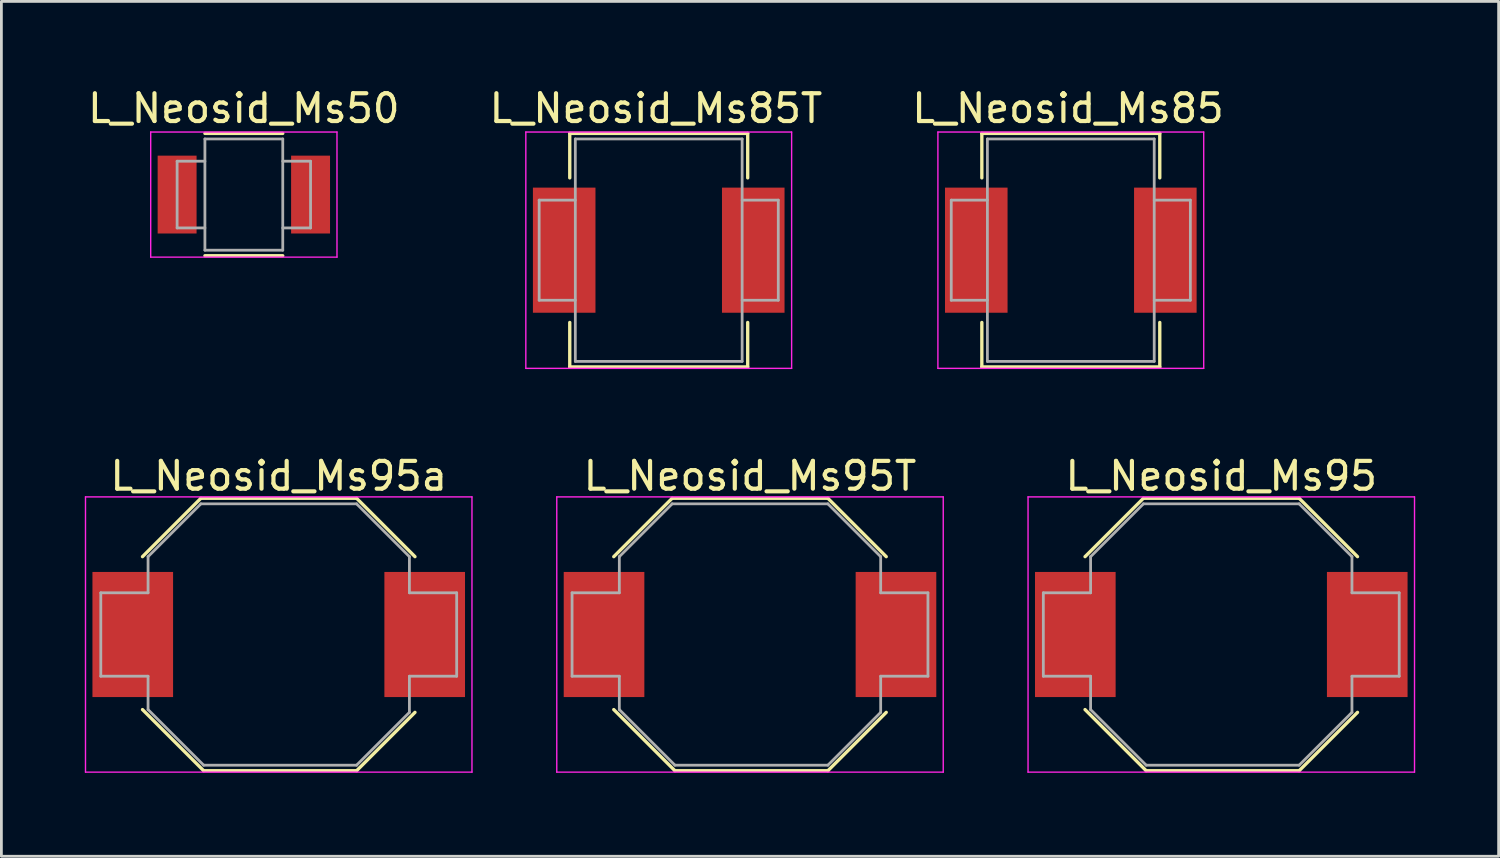
<source format=kicad_pcb>
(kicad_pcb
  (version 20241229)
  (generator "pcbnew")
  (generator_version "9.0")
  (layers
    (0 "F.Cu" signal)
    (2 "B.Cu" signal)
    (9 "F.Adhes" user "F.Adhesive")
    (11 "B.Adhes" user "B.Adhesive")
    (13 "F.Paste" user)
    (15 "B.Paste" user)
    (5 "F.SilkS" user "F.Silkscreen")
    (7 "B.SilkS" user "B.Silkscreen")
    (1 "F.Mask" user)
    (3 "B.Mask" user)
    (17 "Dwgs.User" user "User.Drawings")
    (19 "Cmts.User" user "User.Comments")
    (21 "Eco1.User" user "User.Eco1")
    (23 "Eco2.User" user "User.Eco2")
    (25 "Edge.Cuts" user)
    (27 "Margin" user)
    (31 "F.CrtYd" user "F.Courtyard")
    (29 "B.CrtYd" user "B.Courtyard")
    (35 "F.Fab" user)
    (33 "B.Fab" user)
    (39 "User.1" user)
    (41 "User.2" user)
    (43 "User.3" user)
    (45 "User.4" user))
  (footprint "L_Neosid_Ms50"
    (layer "F.Cu")
    (at 5.72 3.948)
    (property "Reference" "L_Neosid_Ms50" (at 0 -3.1 0) (layer "F.SilkS") (effects (font (size 1 1) (thickness 0.15))))
    (attr smd)
    (fp_line (start -1.4 2.2) (end 1.4 2.2) (stroke (width 0.12) (type solid)) (layer "F.SilkS"))
    (fp_line (start 1.4 -2.2) (end -1.4 -2.2) (stroke (width 0.12) (type solid)) (layer "F.SilkS"))
    (fp_line (start -3.35 -2.25) (end -3.35 2.25) (stroke (width 0.05) (type solid)) (layer "F.CrtYd"))
    (fp_line (start -3.35 -2.25) (end 3.35 -2.25) (stroke (width 0.05) (type solid)) (layer "F.CrtYd"))
    (fp_line (start 3.35 2.25) (end -3.35 2.25) (stroke (width 0.05) (type solid)) (layer "F.CrtYd"))
    (fp_line (start 3.35 2.25) (end 3.35 -2.25) (stroke (width 0.05) (type solid)) (layer "F.CrtYd"))
    (fp_line (start -2.4 -1.2) (end -2.4 1.2) (stroke (width 0.1) (type solid)) (layer "F.Fab"))
    (fp_line (start -2.4 -1.2) (end -1.4 -1.2) (stroke (width 0.1) (type solid)) (layer "F.Fab"))
    (fp_line (start -2.4 1.2) (end -1.4 1.2) (stroke (width 0.1) (type solid)) (layer "F.Fab"))
    (fp_line (start -1.4 -2) (end -1.4 2) (stroke (width 0.1) (type solid)) (layer "F.Fab"))
    (fp_line (start -1.4 2) (end 1.4 2) (stroke (width 0.1) (type solid)) (layer "F.Fab"))
    (fp_line (start 1.4 -2) (end -1.4 -2) (stroke (width 0.1) (type solid)) (layer "F.Fab"))
    (fp_line (start 1.4 1.2) (end 2.4 1.2) (stroke (width 0.1) (type solid)) (layer "F.Fab"))
    (fp_line (start 1.4 2) (end 1.4 -2) (stroke (width 0.1) (type solid)) (layer "F.Fab"))
    (fp_line (start 2.4 -1.2) (end 1.4 -1.2) (stroke (width 0.1) (type solid)) (layer "F.Fab"))
    (fp_line (start 2.4 1.2) (end 2.4 -1.2) (stroke (width 0.1) (type solid)) (layer "F.Fab"))
    (pad "1" smd rect (at -2.4 0) (size 1.4 2.8) (layers "F.Cu" "F.Mask" "F.Paste"))
    (pad "2" smd rect (at 2.4 0) (size 1.4 2.8) (layers "F.Cu" "F.Mask" "F.Paste")))
  (footprint "L_Neosid_Ms85T"
    (layer "F.Cu")
    (at 20.642 5.948)
    (property "Reference" "L_Neosid_Ms85T" (at -0.1 -5.1 0) (layer "F.SilkS") (effects (font (size 1 1) (thickness 0.15))))
    (attr smd)
    (fp_line (start -3.2 -4.2) (end -3.2 -2.6) (stroke (width 0.12) (type solid)) (layer "F.SilkS"))
    (fp_line (start -3.2 2.6) (end -3.2 4.2) (stroke (width 0.12) (type solid)) (layer "F.SilkS"))
    (fp_line (start -3.2 4.2) (end 3.2 4.2) (stroke (width 0.12) (type solid)) (layer "F.SilkS"))
    (fp_line (start 3.2 -4.2) (end -3.2 -4.2) (stroke (width 0.12) (type solid)) (layer "F.SilkS"))
    (fp_line (start 3.2 -2.6) (end 3.2 -4.2) (stroke (width 0.12) (type solid)) (layer "F.SilkS"))
    (fp_line (start 3.2 4.2) (end 3.2 2.6) (stroke (width 0.12) (type solid)) (layer "F.SilkS"))
    (fp_line (start -4.78 -4.25) (end -4.78 4.25) (stroke (width 0.05) (type solid)) (layer "F.CrtYd"))
    (fp_line (start -4.78 -4.25) (end 4.78 -4.25) (stroke (width 0.05) (type solid)) (layer "F.CrtYd"))
    (fp_line (start 4.78 4.25) (end -4.78 4.25) (stroke (width 0.05) (type solid)) (layer "F.CrtYd"))
    (fp_line (start 4.78 4.25) (end 4.78 -4.25) (stroke (width 0.05) (type solid)) (layer "F.CrtYd"))
    (fp_line (start -4.3 -1.8) (end -4.3 1.8) (stroke (width 0.1) (type solid)) (layer "F.Fab"))
    (fp_line (start -4.3 -1.8) (end -3 -1.8) (stroke (width 0.1) (type solid)) (layer "F.Fab"))
    (fp_line (start -4.3 1.8) (end -3 1.8) (stroke (width 0.1) (type solid)) (layer "F.Fab"))
    (fp_line (start -3 -4) (end 3 -4) (stroke (width 0.1) (type solid)) (layer "F.Fab"))
    (fp_line (start -3 4) (end -3 -4) (stroke (width 0.1) (type solid)) (layer "F.Fab"))
    (fp_line (start 3 -4) (end 3 4) (stroke (width 0.1) (type solid)) (layer "F.Fab"))
    (fp_line (start 3 1.8) (end 4.3 1.8) (stroke (width 0.1) (type solid)) (layer "F.Fab"))
    (fp_line (start 3 4) (end -3 4) (stroke (width 0.1) (type solid)) (layer "F.Fab"))
    (fp_line (start 4.3 -1.8) (end 3 -1.8) (stroke (width 0.1) (type solid)) (layer "F.Fab"))
    (fp_line (start 4.3 1.8) (end 4.3 -1.8) (stroke (width 0.1) (type solid)) (layer "F.Fab"))
    (pad "1" smd rect (at -3.4 0) (size 2.25 4.5) (layers "F.Cu" "F.Mask" "F.Paste"))
    (pad "2" smd rect (at 3.4 0) (size 2.25 4.5) (layers "F.Cu" "F.Mask" "F.Paste")))
  (footprint "L_Neosid_Ms95a"
    (layer "F.Cu")
    (at 6.975 19.771)
    (property "Reference" "L_Neosid_Ms95a" (at 0 -5.7 0) (layer "F.SilkS") (effects (font (size 1 1) (thickness 0.15))))
    (attr smd)
    (fp_line (start -4.9 -2.8) (end -2.8 -4.9) (stroke (width 0.12) (type solid)) (layer "F.SilkS"))
    (fp_line (start -2.8 -4.9) (end 2.8 -4.9) (stroke (width 0.12) (type solid)) (layer "F.SilkS"))
    (fp_line (start -2.7 4.9) (end -4.9 2.7) (stroke (width 0.12) (type solid)) (layer "F.SilkS"))
    (fp_line (start -2.7 4.9) (end 2.8 4.9) (stroke (width 0.12) (type solid)) (layer "F.SilkS"))
    (fp_line (start 2.8 -4.9) (end 4.9 -2.8) (stroke (width 0.12) (type solid)) (layer "F.SilkS"))
    (fp_line (start 2.8 4.9) (end 4.9 2.8) (stroke (width 0.12) (type solid)) (layer "F.SilkS"))
    (fp_line (start -6.95 -4.95) (end -6.95 4.95) (stroke (width 0.05) (type solid)) (layer "F.CrtYd"))
    (fp_line (start -6.95 -4.95) (end 6.95 -4.95) (stroke (width 0.05) (type solid)) (layer "F.CrtYd"))
    (fp_line (start 6.95 4.95) (end -6.95 4.95) (stroke (width 0.05) (type solid)) (layer "F.CrtYd"))
    (fp_line (start 6.95 4.95) (end 6.95 -4.95) (stroke (width 0.05) (type solid)) (layer "F.CrtYd"))
    (fp_line (start -6.4 -1.5) (end -6.4 1.5) (stroke (width 0.1) (type solid)) (layer "F.Fab"))
    (fp_line (start -6.4 -1.5) (end -4.7 -1.5) (stroke (width 0.1) (type solid)) (layer "F.Fab"))
    (fp_line (start -6.4 1.5) (end -4.7 1.5) (stroke (width 0.1) (type solid)) (layer "F.Fab"))
    (fp_line (start -4.7 -1.5) (end -4.7 -2.8) (stroke (width 0.1) (type solid)) (layer "F.Fab"))
    (fp_line (start -4.7 1.5) (end -4.7 2.7) (stroke (width 0.1) (type solid)) (layer "F.Fab"))
    (fp_line (start -4.7 2.7) (end -2.7 4.7) (stroke (width 0.1) (type solid)) (layer "F.Fab"))
    (fp_line (start -2.8 -4.7) (end -4.7 -2.8) (stroke (width 0.1) (type solid)) (layer "F.Fab"))
    (fp_line (start 2.8 -4.7) (end -2.8 -4.7) (stroke (width 0.1) (type solid)) (layer "F.Fab"))
    (fp_line (start 2.8 4.7) (end -2.7 4.7) (stroke (width 0.1) (type solid)) (layer "F.Fab"))
    (fp_line (start 4.7 -2.8) (end 2.8 -4.7) (stroke (width 0.1) (type solid)) (layer "F.Fab"))
    (fp_line (start 4.7 -1.5) (end 4.7 -2.8) (stroke (width 0.1) (type solid)) (layer "F.Fab"))
    (fp_line (start 4.7 1.5) (end 6.4 1.5) (stroke (width 0.1) (type solid)) (layer "F.Fab"))
    (fp_line (start 4.7 2.8) (end 2.8 4.7) (stroke (width 0.1) (type solid)) (layer "F.Fab"))
    (fp_line (start 4.7 2.8) (end 4.7 1.5) (stroke (width 0.1) (type solid)) (layer "F.Fab"))
    (fp_line (start 6.4 -1.5) (end 4.7 -1.5) (stroke (width 0.1) (type solid)) (layer "F.Fab"))
    (fp_line (start 6.4 1.5) (end 6.4 -1.5) (stroke (width 0.1) (type solid)) (layer "F.Fab"))
    (pad "1" smd rect (at -5.25 0) (size 2.9 4.5) (layers "F.Cu" "F.Mask" "F.Paste"))
    (pad "2" smd rect (at 5.25 0) (size 2.9 4.5) (layers "F.Cu" "F.Mask" "F.Paste")))
  (footprint "L_Neosid_Ms85"
    (layer "F.Cu")
    (at 35.463 5.948)
    (property "Reference" "L_Neosid_Ms85" (at -0.1 -5.1 0) (layer "F.SilkS") (effects (font (size 1 1) (thickness 0.15))))
    (attr smd)
    (fp_line (start -3.2 -4.2) (end -3.2 -2.6) (stroke (width 0.12) (type solid)) (layer "F.SilkS"))
    (fp_line (start -3.2 2.6) (end -3.2 4.2) (stroke (width 0.12) (type solid)) (layer "F.SilkS"))
    (fp_line (start -3.2 4.2) (end 3.2 4.2) (stroke (width 0.12) (type solid)) (layer "F.SilkS"))
    (fp_line (start 3.2 -4.2) (end -3.2 -4.2) (stroke (width 0.12) (type solid)) (layer "F.SilkS"))
    (fp_line (start 3.2 -2.6) (end 3.2 -4.2) (stroke (width 0.12) (type solid)) (layer "F.SilkS"))
    (fp_line (start 3.2 4.2) (end 3.2 2.6) (stroke (width 0.12) (type solid)) (layer "F.SilkS"))
    (fp_line (start -4.78 -4.25) (end -4.78 4.25) (stroke (width 0.05) (type solid)) (layer "F.CrtYd"))
    (fp_line (start -4.78 -4.25) (end 4.78 -4.25) (stroke (width 0.05) (type solid)) (layer "F.CrtYd"))
    (fp_line (start 4.78 4.25) (end -4.78 4.25) (stroke (width 0.05) (type solid)) (layer "F.CrtYd"))
    (fp_line (start 4.78 4.25) (end 4.78 -4.25) (stroke (width 0.05) (type solid)) (layer "F.CrtYd"))
    (fp_line (start -4.3 -1.8) (end -4.3 1.8) (stroke (width 0.1) (type solid)) (layer "F.Fab"))
    (fp_line (start -4.3 -1.8) (end -3 -1.8) (stroke (width 0.1) (type solid)) (layer "F.Fab"))
    (fp_line (start -4.3 1.8) (end -3 1.8) (stroke (width 0.1) (type solid)) (layer "F.Fab"))
    (fp_line (start -3 -4) (end 3 -4) (stroke (width 0.1) (type solid)) (layer "F.Fab"))
    (fp_line (start -3 4) (end -3 -4) (stroke (width 0.1) (type solid)) (layer "F.Fab"))
    (fp_line (start 3 -4) (end 3 4) (stroke (width 0.1) (type solid)) (layer "F.Fab"))
    (fp_line (start 3 1.8) (end 4.3 1.8) (stroke (width 0.1) (type solid)) (layer "F.Fab"))
    (fp_line (start 3 4) (end -3 4) (stroke (width 0.1) (type solid)) (layer "F.Fab"))
    (fp_line (start 4.3 -1.8) (end 3 -1.8) (stroke (width 0.1) (type solid)) (layer "F.Fab"))
    (fp_line (start 4.3 1.8) (end 4.3 -1.8) (stroke (width 0.1) (type solid)) (layer "F.Fab"))
    (pad "1" smd rect (at -3.4 0) (size 2.25 4.5) (layers "F.Cu" "F.Mask" "F.Paste"))
    (pad "2" smd rect (at 3.4 0) (size 2.25 4.5) (layers "F.Cu" "F.Mask" "F.Paste")))
  (footprint "L_Neosid_Ms95"
    (layer "F.Cu")
    (at 40.875 19.771)
    (property "Reference" "L_Neosid_Ms95" (at 0 -5.7 0) (layer "F.SilkS") (effects (font (size 1 1) (thickness 0.15))))
    (attr smd)
    (fp_line (start -4.9 -2.8) (end -2.8 -4.9) (stroke (width 0.12) (type solid)) (layer "F.SilkS"))
    (fp_line (start -2.8 -4.9) (end 2.8 -4.9) (stroke (width 0.12) (type solid)) (layer "F.SilkS"))
    (fp_line (start -2.7 4.9) (end -4.9 2.7) (stroke (width 0.12) (type solid)) (layer "F.SilkS"))
    (fp_line (start -2.7 4.9) (end 2.8 4.9) (stroke (width 0.12) (type solid)) (layer "F.SilkS"))
    (fp_line (start 2.8 -4.9) (end 4.9 -2.8) (stroke (width 0.12) (type solid)) (layer "F.SilkS"))
    (fp_line (start 2.8 4.9) (end 4.9 2.8) (stroke (width 0.12) (type solid)) (layer "F.SilkS"))
    (fp_line (start -6.95 -4.95) (end -6.95 4.95) (stroke (width 0.05) (type solid)) (layer "F.CrtYd"))
    (fp_line (start -6.95 -4.95) (end 6.95 -4.95) (stroke (width 0.05) (type solid)) (layer "F.CrtYd"))
    (fp_line (start 6.95 4.95) (end -6.95 4.95) (stroke (width 0.05) (type solid)) (layer "F.CrtYd"))
    (fp_line (start 6.95 4.95) (end 6.95 -4.95) (stroke (width 0.05) (type solid)) (layer "F.CrtYd"))
    (fp_line (start -6.4 -1.5) (end -6.4 1.5) (stroke (width 0.1) (type solid)) (layer "F.Fab"))
    (fp_line (start -6.4 -1.5) (end -4.7 -1.5) (stroke (width 0.1) (type solid)) (layer "F.Fab"))
    (fp_line (start -6.4 1.5) (end -4.7 1.5) (stroke (width 0.1) (type solid)) (layer "F.Fab"))
    (fp_line (start -4.7 -1.5) (end -4.7 -2.8) (stroke (width 0.1) (type solid)) (layer "F.Fab"))
    (fp_line (start -4.7 1.5) (end -4.7 2.7) (stroke (width 0.1) (type solid)) (layer "F.Fab"))
    (fp_line (start -4.7 2.7) (end -2.7 4.7) (stroke (width 0.1) (type solid)) (layer "F.Fab"))
    (fp_line (start -2.8 -4.7) (end -4.7 -2.8) (stroke (width 0.1) (type solid)) (layer "F.Fab"))
    (fp_line (start 2.8 -4.7) (end -2.8 -4.7) (stroke (width 0.1) (type solid)) (layer "F.Fab"))
    (fp_line (start 2.8 4.7) (end -2.7 4.7) (stroke (width 0.1) (type solid)) (layer "F.Fab"))
    (fp_line (start 4.7 -2.8) (end 2.8 -4.7) (stroke (width 0.1) (type solid)) (layer "F.Fab"))
    (fp_line (start 4.7 -1.5) (end 4.7 -2.8) (stroke (width 0.1) (type solid)) (layer "F.Fab"))
    (fp_line (start 4.7 1.5) (end 6.4 1.5) (stroke (width 0.1) (type solid)) (layer "F.Fab"))
    (fp_line (start 4.7 2.8) (end 2.8 4.7) (stroke (width 0.1) (type solid)) (layer "F.Fab"))
    (fp_line (start 4.7 2.8) (end 4.7 1.5) (stroke (width 0.1) (type solid)) (layer "F.Fab"))
    (fp_line (start 6.4 -1.5) (end 4.7 -1.5) (stroke (width 0.1) (type solid)) (layer "F.Fab"))
    (fp_line (start 6.4 1.5) (end 6.4 -1.5) (stroke (width 0.1) (type solid)) (layer "F.Fab"))
    (pad "1" smd rect (at -5.25 0) (size 2.9 4.5) (layers "F.Cu" "F.Mask" "F.Paste"))
    (pad "2" smd rect (at 5.25 0) (size 2.9 4.5) (layers "F.Cu" "F.Mask" "F.Paste")))
  (footprint "L_Neosid_Ms95T"
    (layer "F.Cu")
    (at 23.925 19.771)
    (property "Reference" "L_Neosid_Ms95T" (at 0 -5.7 0) (layer "F.SilkS") (effects (font (size 1 1) (thickness 0.15))))
    (attr smd)
    (fp_line (start -4.9 -2.8) (end -2.8 -4.9) (stroke (width 0.12) (type solid)) (layer "F.SilkS"))
    (fp_line (start -2.8 -4.9) (end 2.8 -4.9) (stroke (width 0.12) (type solid)) (layer "F.SilkS"))
    (fp_line (start -2.7 4.9) (end -4.9 2.7) (stroke (width 0.12) (type solid)) (layer "F.SilkS"))
    (fp_line (start -2.7 4.9) (end 2.8 4.9) (stroke (width 0.12) (type solid)) (layer "F.SilkS"))
    (fp_line (start 2.8 -4.9) (end 4.9 -2.8) (stroke (width 0.12) (type solid)) (layer "F.SilkS"))
    (fp_line (start 2.8 4.9) (end 4.9 2.8) (stroke (width 0.12) (type solid)) (layer "F.SilkS"))
    (fp_line (start -6.95 -4.95) (end -6.95 4.95) (stroke (width 0.05) (type solid)) (layer "F.CrtYd"))
    (fp_line (start -6.95 -4.95) (end 6.95 -4.95) (stroke (width 0.05) (type solid)) (layer "F.CrtYd"))
    (fp_line (start 6.95 4.95) (end -6.95 4.95) (stroke (width 0.05) (type solid)) (layer "F.CrtYd"))
    (fp_line (start 6.95 4.95) (end 6.95 -4.95) (stroke (width 0.05) (type solid)) (layer "F.CrtYd"))
    (fp_line (start -6.4 -1.5) (end -6.4 1.5) (stroke (width 0.1) (type solid)) (layer "F.Fab"))
    (fp_line (start -6.4 -1.5) (end -4.7 -1.5) (stroke (width 0.1) (type solid)) (layer "F.Fab"))
    (fp_line (start -6.4 1.5) (end -4.7 1.5) (stroke (width 0.1) (type solid)) (layer "F.Fab"))
    (fp_line (start -4.7 -1.5) (end -4.7 -2.8) (stroke (width 0.1) (type solid)) (layer "F.Fab"))
    (fp_line (start -4.7 1.5) (end -4.7 2.7) (stroke (width 0.1) (type solid)) (layer "F.Fab"))
    (fp_line (start -4.7 2.7) (end -2.7 4.7) (stroke (width 0.1) (type solid)) (layer "F.Fab"))
    (fp_line (start -2.8 -4.7) (end -4.7 -2.8) (stroke (width 0.1) (type solid)) (layer "F.Fab"))
    (fp_line (start 2.8 -4.7) (end -2.8 -4.7) (stroke (width 0.1) (type solid)) (layer "F.Fab"))
    (fp_line (start 2.8 4.7) (end -2.7 4.7) (stroke (width 0.1) (type solid)) (layer "F.Fab"))
    (fp_line (start 4.7 -2.8) (end 2.8 -4.7) (stroke (width 0.1) (type solid)) (layer "F.Fab"))
    (fp_line (start 4.7 -1.5) (end 4.7 -2.8) (stroke (width 0.1) (type solid)) (layer "F.Fab"))
    (fp_line (start 4.7 1.5) (end 6.4 1.5) (stroke (width 0.1) (type solid)) (layer "F.Fab"))
    (fp_line (start 4.7 2.8) (end 2.8 4.7) (stroke (width 0.1) (type solid)) (layer "F.Fab"))
    (fp_line (start 4.7 2.8) (end 4.7 1.5) (stroke (width 0.1) (type solid)) (layer "F.Fab"))
    (fp_line (start 6.4 -1.5) (end 4.7 -1.5) (stroke (width 0.1) (type solid)) (layer "F.Fab"))
    (fp_line (start 6.4 1.5) (end 6.4 -1.5) (stroke (width 0.1) (type solid)) (layer "F.Fab"))
    (pad "1" smd rect (at -5.25 0) (size 2.9 4.5) (layers "F.Cu" "F.Mask" "F.Paste"))
    (pad "2" smd rect (at 5.25 0) (size 2.9 4.5) (layers "F.Cu" "F.Mask" "F.Paste")))
  (gr_rect
    (start -3 -3)
    (end 50.85 27.747)
    (stroke (width 0.1) (type default))
    (fill no)
    (layer "Edge.Cuts")))
</source>
